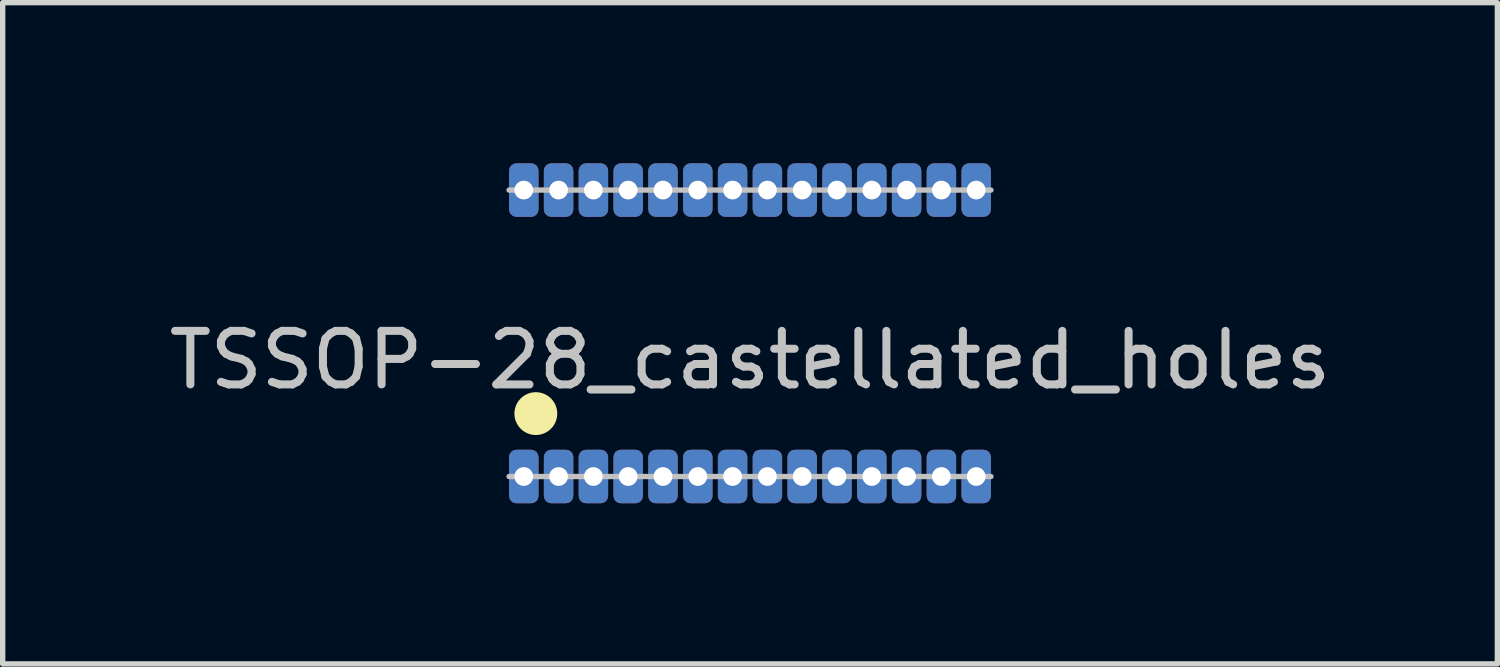
<source format=kicad_pcb>
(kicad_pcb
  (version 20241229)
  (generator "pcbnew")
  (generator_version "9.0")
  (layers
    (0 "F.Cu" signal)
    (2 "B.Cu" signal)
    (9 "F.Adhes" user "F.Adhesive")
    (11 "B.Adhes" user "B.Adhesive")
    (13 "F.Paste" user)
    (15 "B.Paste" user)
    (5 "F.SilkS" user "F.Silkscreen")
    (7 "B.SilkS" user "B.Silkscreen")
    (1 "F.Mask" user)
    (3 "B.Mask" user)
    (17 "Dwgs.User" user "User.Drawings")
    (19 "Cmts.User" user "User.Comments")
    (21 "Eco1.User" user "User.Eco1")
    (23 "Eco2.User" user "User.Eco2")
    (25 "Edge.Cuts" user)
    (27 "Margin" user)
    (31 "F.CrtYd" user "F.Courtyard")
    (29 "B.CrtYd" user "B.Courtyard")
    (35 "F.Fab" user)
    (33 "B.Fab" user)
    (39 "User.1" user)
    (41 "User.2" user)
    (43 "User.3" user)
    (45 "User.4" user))
  (footprint "TSSOP-28_castellated_holes"
    (layer "F.Cu")
    (at 10.958 3.175)
    (property "Reference" "TSSOP-28_castellated_holes" (at 0 0.5 0) (layer "Dwgs.User") (effects (font (size 1 1) (thickness 0.15))))
    (attr through_hole)
    (fp_line (start -4.5 -2.675) (end 4.5 -2.675) (stroke (width 0.1) (type solid)) (layer "Dwgs.User"))
    (fp_line (start -4.5 2.675) (end 4.5 2.675) (stroke (width 0.1) (type solid)) (layer "Dwgs.User"))
    (pad "" smd circle (at -4 1.5) (size 0.8 0.8) (layers "F.SilkS"))
    (pad "1" thru_hole roundrect (at -4.225 2.675) (size 0.55 1) (drill 0.35) (layers "*.Cu" "*.Mask") (roundrect_rratio 0.25))
    (pad "2" thru_hole roundrect (at -3.575 2.675) (size 0.55 1) (drill 0.35) (layers "*.Cu" "*.Mask") (roundrect_rratio 0.25))
    (pad "3" thru_hole roundrect (at -2.925 2.675) (size 0.55 1) (drill 0.35) (layers "*.Cu" "*.Mask") (roundrect_rratio 0.25))
    (pad "4" thru_hole roundrect (at -2.275 2.675) (size 0.55 1) (drill 0.35) (layers "*.Cu" "*.Mask") (roundrect_rratio 0.25))
    (pad "5" thru_hole roundrect (at -1.625 2.675) (size 0.55 1) (drill 0.35) (layers "*.Cu" "*.Mask") (roundrect_rratio 0.25))
    (pad "6" thru_hole roundrect (at -0.975 2.675) (size 0.55 1) (drill 0.35) (layers "*.Cu" "*.Mask") (roundrect_rratio 0.25))
    (pad "7" thru_hole roundrect (at -0.325 2.675) (size 0.55 1) (drill 0.35) (layers "*.Cu" "*.Mask") (roundrect_rratio 0.25))
    (pad "8" thru_hole roundrect (at 0.325 2.675) (size 0.55 1) (drill 0.35) (layers "*.Cu" "*.Mask") (roundrect_rratio 0.25))
    (pad "9" thru_hole roundrect (at 0.975 2.675) (size 0.55 1) (drill 0.35) (layers "*.Cu" "*.Mask") (roundrect_rratio 0.25))
    (pad "10" thru_hole roundrect (at 1.625 2.675) (size 0.55 1) (drill 0.35) (layers "*.Cu" "*.Mask") (roundrect_rratio 0.25))
    (pad "11" thru_hole roundrect (at 2.275 2.675) (size 0.55 1) (drill 0.35) (layers "*.Cu" "*.Mask") (roundrect_rratio 0.25))
    (pad "12" thru_hole roundrect (at 2.925 2.675) (size 0.55 1) (drill 0.35) (layers "*.Cu" "*.Mask") (roundrect_rratio 0.25))
    (pad "13" thru_hole roundrect (at 3.575 2.675) (size 0.55 1) (drill 0.35) (layers "*.Cu" "*.Mask") (roundrect_rratio 0.25))
    (pad "14" thru_hole roundrect (at 4.225 2.675) (size 0.55 1) (drill 0.35) (layers "*.Cu" "*.Mask") (roundrect_rratio 0.25))
    (pad "15" thru_hole roundrect (at 4.225 -2.675) (size 0.55 1) (drill 0.35) (layers "*.Cu" "*.Mask") (roundrect_rratio 0.25))
    (pad "16" thru_hole roundrect (at 3.575 -2.675) (size 0.55 1) (drill 0.35) (layers "*.Cu" "*.Mask") (roundrect_rratio 0.25))
    (pad "17" thru_hole roundrect (at 2.925 -2.675) (size 0.55 1) (drill 0.35) (layers "*.Cu" "*.Mask") (roundrect_rratio 0.25))
    (pad "18" thru_hole roundrect (at 2.275 -2.675) (size 0.55 1) (drill 0.35) (layers "*.Cu" "*.Mask") (roundrect_rratio 0.25))
    (pad "19" thru_hole roundrect (at 1.625 -2.675) (size 0.55 1) (drill 0.35) (layers "*.Cu" "*.Mask") (roundrect_rratio 0.25))
    (pad "20" thru_hole roundrect (at 0.975 -2.675) (size 0.55 1) (drill 0.35) (layers "*.Cu" "*.Mask") (roundrect_rratio 0.25))
    (pad "21" thru_hole roundrect (at 0.325 -2.675) (size 0.55 1) (drill 0.35) (layers "*.Cu" "*.Mask") (roundrect_rratio 0.25))
    (pad "22" thru_hole roundrect (at -0.325 -2.675) (size 0.55 1) (drill 0.35) (layers "*.Cu" "*.Mask") (roundrect_rratio 0.25))
    (pad "23" thru_hole roundrect (at -0.975 -2.675) (size 0.55 1) (drill 0.35) (layers "*.Cu" "*.Mask") (roundrect_rratio 0.25))
    (pad "24" thru_hole roundrect (at -1.625 -2.675) (size 0.55 1) (drill 0.35) (layers "*.Cu" "*.Mask") (roundrect_rratio 0.25))
    (pad "25" thru_hole roundrect (at -2.275 -2.675) (size 0.55 1) (drill 0.35) (layers "*.Cu" "*.Mask") (roundrect_rratio 0.25))
    (pad "26" thru_hole roundrect (at -2.925 -2.675) (size 0.55 1) (drill 0.35) (layers "*.Cu" "*.Mask") (roundrect_rratio 0.25))
    (pad "27" thru_hole roundrect (at -3.575 -2.675) (size 0.55 1) (drill 0.35) (layers "*.Cu" "*.Mask") (roundrect_rratio 0.25))
    (pad "28" thru_hole roundrect (at -4.225 -2.675) (size 0.55 1) (drill 0.35) (layers "*.Cu" "*.Mask") (roundrect_rratio 0.25)))
  (gr_rect
    (start -3 -3)
    (end 24.917 9.35)
    (stroke (width 0.1) (type default))
    (fill no)
    (layer "Edge.Cuts")))
</source>
